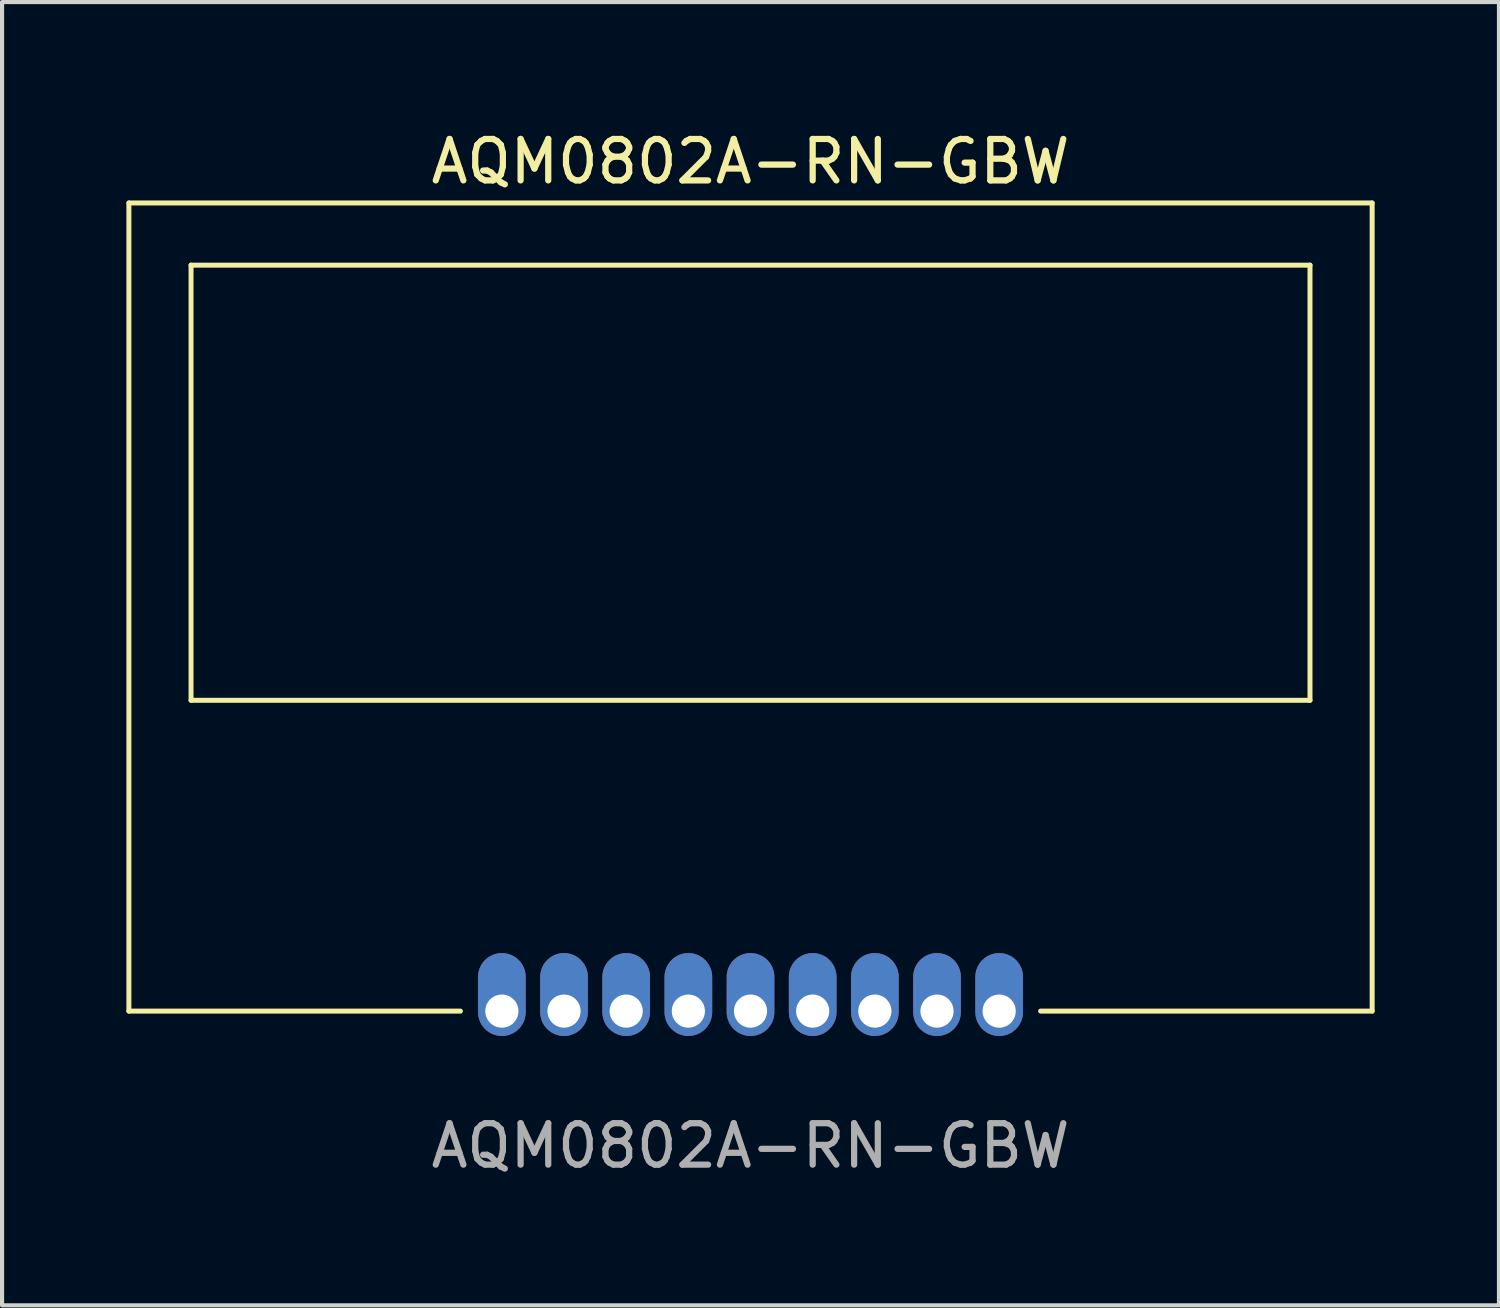
<source format=kicad_pcb>
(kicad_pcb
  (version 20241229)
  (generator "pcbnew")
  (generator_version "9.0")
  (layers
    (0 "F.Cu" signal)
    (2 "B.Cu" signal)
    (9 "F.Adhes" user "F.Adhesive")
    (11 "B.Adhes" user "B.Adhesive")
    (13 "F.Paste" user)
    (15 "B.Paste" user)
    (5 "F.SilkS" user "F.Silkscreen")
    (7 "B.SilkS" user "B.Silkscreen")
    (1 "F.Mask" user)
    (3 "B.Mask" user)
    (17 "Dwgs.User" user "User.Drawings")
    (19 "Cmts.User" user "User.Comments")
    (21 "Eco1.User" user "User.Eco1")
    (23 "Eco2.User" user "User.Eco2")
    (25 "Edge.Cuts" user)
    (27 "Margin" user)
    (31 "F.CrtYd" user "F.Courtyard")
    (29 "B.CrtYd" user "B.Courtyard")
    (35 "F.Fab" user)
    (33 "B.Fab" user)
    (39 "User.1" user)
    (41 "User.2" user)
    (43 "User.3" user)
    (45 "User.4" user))
  (footprint "AQM0802A-RN-GBW"
    (layer "F.Cu")
    (at 9.06 21.348)
    (property "Reference" "AQM0802A-RN-GBW" (at 6 -20.5 0) (unlocked yes) (layer "F.SilkS") (effects (font (size 1 1) (thickness 0.15))))
    (attr through_hole)
    (fp_line (start -9 -19.5) (end 21 -19.5) (stroke (width 0.12) (type solid)) (layer "F.SilkS"))
    (fp_line (start -9 0) (end -9 -19.5) (stroke (width 0.12) (type solid)) (layer "F.SilkS"))
    (fp_line (start -9 0) (end -1 0) (stroke (width 0.12) (type solid)) (layer "F.SilkS"))
    (fp_line (start -7.5 -18) (end -7.5 -7.5) (stroke (width 0.12) (type solid)) (layer "F.SilkS"))
    (fp_line (start -7.5 -7.5) (end 19.5 -7.5) (stroke (width 0.12) (type solid)) (layer "F.SilkS"))
    (fp_line (start 13 0) (end 21 0) (stroke (width 0.12) (type solid)) (layer "F.SilkS"))
    (fp_line (start 19.5 -18) (end -7.5 -18) (stroke (width 0.12) (type solid)) (layer "F.SilkS"))
    (fp_line (start 19.5 -7.5) (end 19.5 -18) (stroke (width 0.12) (type solid)) (layer "F.SilkS"))
    (fp_line (start 21 -19.5) (end 21 0) (stroke (width 0.12) (type solid)) (layer "F.SilkS"))
    (fp_text user "${REFERENCE}" (at 6 3.25 0) (unlocked yes) (layer "F.Fab") (effects (font (size 1 1) (thickness 0.15))))
    (pad "1" thru_hole oval (at 0 0) (size 1.15 2) (drill 0.8 (offset 0 -0.4)) (layers "*.Cu" "*.Mask"))
    (pad "2" thru_hole oval (at 1.5 0) (size 1.15 2) (drill 0.8 (offset 0 -0.4)) (layers "*.Cu" "*.Mask"))
    (pad "3" thru_hole oval (at 3 0) (size 1.15 2) (drill 0.8 (offset 0 -0.4)) (layers "*.Cu" "*.Mask"))
    (pad "4" thru_hole oval (at 4.5 0) (size 1.15 2) (drill 0.8 (offset 0 -0.4)) (layers "*.Cu" "*.Mask"))
    (pad "5" thru_hole oval (at 6 0) (size 1.15 2) (drill 0.8 (offset 0 -0.4)) (layers "*.Cu" "*.Mask"))
    (pad "6" thru_hole oval (at 7.5 0) (size 1.15 2) (drill 0.8 (offset 0 -0.4)) (layers "*.Cu" "*.Mask"))
    (pad "7" thru_hole oval (at 9 0) (size 1.15 2) (drill 0.8 (offset 0 -0.4)) (layers "*.Cu" "*.Mask"))
    (pad "8" thru_hole oval (at 10.5 0) (size 1.15 2) (drill 0.8 (offset 0 -0.4)) (layers "*.Cu" "*.Mask"))
    (pad "9" thru_hole oval (at 12 0) (size 1.15 2) (drill 0.8 (offset 0 -0.4)) (layers "*.Cu" "*.Mask")))
  (gr_rect
    (start -3 -3)
    (end 33.12 28.447)
    (stroke (width 0.1) (type default))
    (fill no)
    (layer "Edge.Cuts")))
</source>
